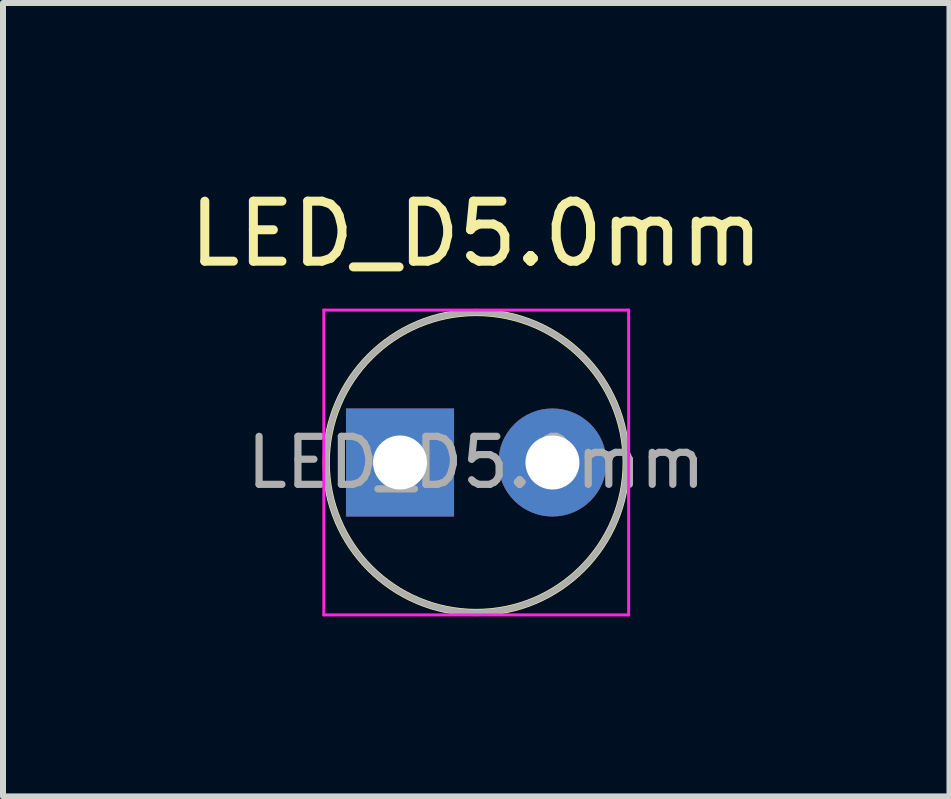
<source format=kicad_pcb>
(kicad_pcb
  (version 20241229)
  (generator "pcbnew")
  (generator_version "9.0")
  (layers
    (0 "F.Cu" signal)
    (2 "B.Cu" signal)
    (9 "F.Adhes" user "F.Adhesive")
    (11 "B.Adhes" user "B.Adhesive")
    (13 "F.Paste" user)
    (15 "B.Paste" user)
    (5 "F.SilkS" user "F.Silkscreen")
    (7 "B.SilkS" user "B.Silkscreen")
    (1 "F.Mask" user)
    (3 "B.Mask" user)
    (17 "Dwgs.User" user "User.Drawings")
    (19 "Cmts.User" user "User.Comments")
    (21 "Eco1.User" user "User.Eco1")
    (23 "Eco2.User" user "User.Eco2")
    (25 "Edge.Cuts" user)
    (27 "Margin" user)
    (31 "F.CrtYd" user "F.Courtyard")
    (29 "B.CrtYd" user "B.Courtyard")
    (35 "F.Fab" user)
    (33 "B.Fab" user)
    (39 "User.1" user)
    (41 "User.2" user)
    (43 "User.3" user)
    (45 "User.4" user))
  (footprint "LED_D5.0mm"
    (layer "F.Cu")
    (at 4.887 4.658)
    (property "Reference" "LED_D5.0mm" (at 0 -3.81 0) (layer "F.SilkS") (effects (font (size 1 1) (thickness 0.15))))
    (attr through_hole)
    (fp_circle (center 0 0) (end 2.5 0) (stroke (width 0.12) (type solid)) (fill no) (layer "F.SilkS"))
    (fp_line (start -2.54 -2.54) (end -2.54 2.54) (stroke (width 0.05) (type solid)) (layer "F.CrtYd"))
    (fp_line (start -2.54 2.54) (end 2.54 2.54) (stroke (width 0.05) (type solid)) (layer "F.CrtYd"))
    (fp_line (start 2.54 -2.54) (end -2.54 -2.54) (stroke (width 0.05) (type solid)) (layer "F.CrtYd"))
    (fp_line (start 2.54 2.54) (end 2.54 -2.54) (stroke (width 0.05) (type solid)) (layer "F.CrtYd"))
    (fp_circle (center 0 0) (end 2.5 0) (stroke (width 0.1) (type solid)) (fill no) (layer "F.Fab"))
    (fp_text user "${REFERENCE}" (at 0 0 0) (layer "F.Fab") (effects (font (size 0.8 0.8) (thickness 0.12))))
    (pad "1" thru_hole rect (at -1.27 0) (size 1.8 1.8) (drill 0.9) (layers "*.Cu" "*.Mask"))
    (pad "2" thru_hole circle (at 1.27 0) (size 1.8 1.8) (drill 0.9) (layers "*.Cu" "*.Mask")))
  (gr_rect
    (start -3 -3)
    (end 12.774 10.223)
    (stroke (width 0.1) (type default))
    (fill no)
    (layer "Edge.Cuts")))
</source>
